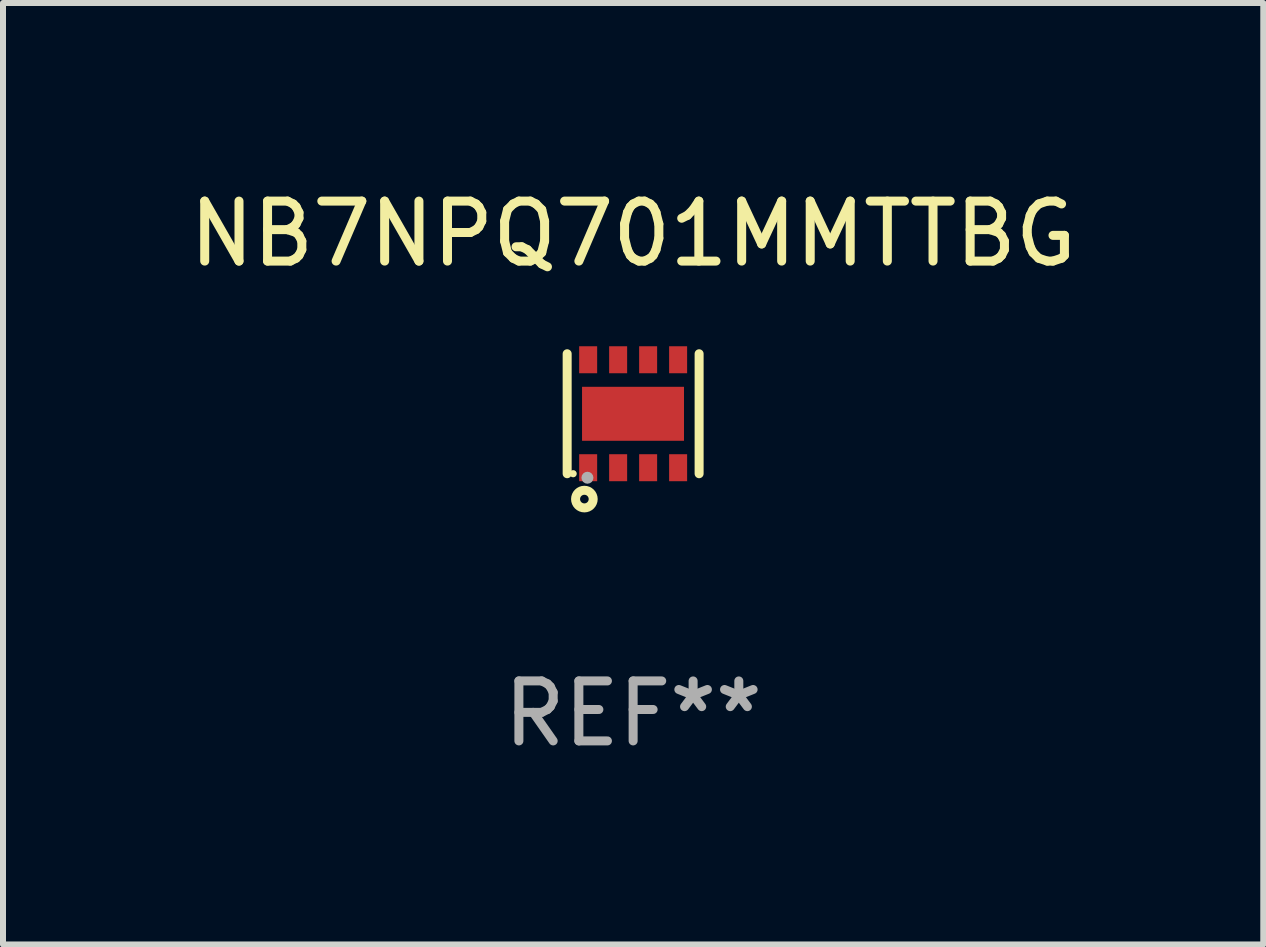
<source format=kicad_pcb>
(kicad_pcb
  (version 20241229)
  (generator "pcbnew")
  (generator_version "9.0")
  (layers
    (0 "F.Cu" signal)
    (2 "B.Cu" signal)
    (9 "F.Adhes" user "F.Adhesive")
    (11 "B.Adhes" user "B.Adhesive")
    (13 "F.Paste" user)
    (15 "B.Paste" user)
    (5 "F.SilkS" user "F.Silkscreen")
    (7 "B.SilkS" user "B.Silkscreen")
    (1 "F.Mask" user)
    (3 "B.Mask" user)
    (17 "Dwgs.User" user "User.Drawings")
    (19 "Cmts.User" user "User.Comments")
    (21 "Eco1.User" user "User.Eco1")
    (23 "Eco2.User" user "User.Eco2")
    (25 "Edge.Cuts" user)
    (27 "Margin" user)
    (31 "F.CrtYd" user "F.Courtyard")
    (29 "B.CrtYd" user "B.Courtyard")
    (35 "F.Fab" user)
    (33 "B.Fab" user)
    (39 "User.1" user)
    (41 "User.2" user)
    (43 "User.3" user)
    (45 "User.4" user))
  (footprint "NB7NPQ701MMTTBG"
    (layer "F.Cu")
    (at 7.506 3.848)
    (property "Reference" "NB7NPQ701MMTTBG" (at 0 -3 0) (layer "F.SilkS") (effects (font (size 1 1) (thickness 0.15))))
    (attr through_hole)
    (fp_line (start -1.1 -1) (end -1.1 1) (stroke (width 0.15) (type solid)) (layer "F.SilkS"))
    (fp_line (start 1.1 -1) (end 1.1 1) (stroke (width 0.15) (type solid)) (layer "F.SilkS"))
    (fp_circle (center -1 1) (end -0.97 1) (stroke (width 0.06) (type solid)) (fill no) (layer "F.SilkS"))
    (fp_circle (center -0.813 1.423) (end -0.741 1.423) (stroke (width 0.15) (type solid)) (fill no) (layer "F.SilkS"))
    (fp_circle (center -0.762 1.067) (end -0.712 1.067) (stroke (width 0.1) (type solid)) (fill no) (layer "F.Fab"))
    (fp_text user "REF**" (at 0 5 0) (layer "F.Fab") (effects (font (size 1 1) (thickness 0.15))))
    (pad "1" smd rect (at -0.75 0.9 90) (size 0.45 0.3) (layers "F.Cu" "F.Mask" "F.Paste"))
    (pad "2" smd rect (at -0.25 0.9 90) (size 0.45 0.3) (layers "F.Cu" "F.Mask" "F.Paste"))
    (pad "3" smd rect (at 0.25 0.9 90) (size 0.45 0.3) (layers "F.Cu" "F.Mask" "F.Paste"))
    (pad "4" smd rect (at 0.75 0.9 90) (size 0.45 0.3) (layers "F.Cu" "F.Mask" "F.Paste"))
    (pad "5" smd rect (at 0.75 -0.9 90) (size 0.45 0.3) (layers "F.Cu" "F.Mask" "F.Paste"))
    (pad "6" smd rect (at 0.25 -0.9 90) (size 0.45 0.3) (layers "F.Cu" "F.Mask" "F.Paste"))
    (pad "7" smd rect (at -0.25 -0.9 90) (size 0.45 0.3) (layers "F.Cu" "F.Mask" "F.Paste"))
    (pad "8" smd rect (at -0.75 -0.9 90) (size 0.45 0.3) (layers "F.Cu" "F.Mask" "F.Paste"))
    (pad "9" smd rect (at -0.002 0.001 90) (size 0.9 1.7) (layers "F.Cu" "F.Mask" "F.Paste")))
  (gr_rect
    (start -3 -3)
    (end 18.012 12.697)
    (stroke (width 0.1) (type default))
    (fill no)
    (layer "Edge.Cuts")))
</source>
